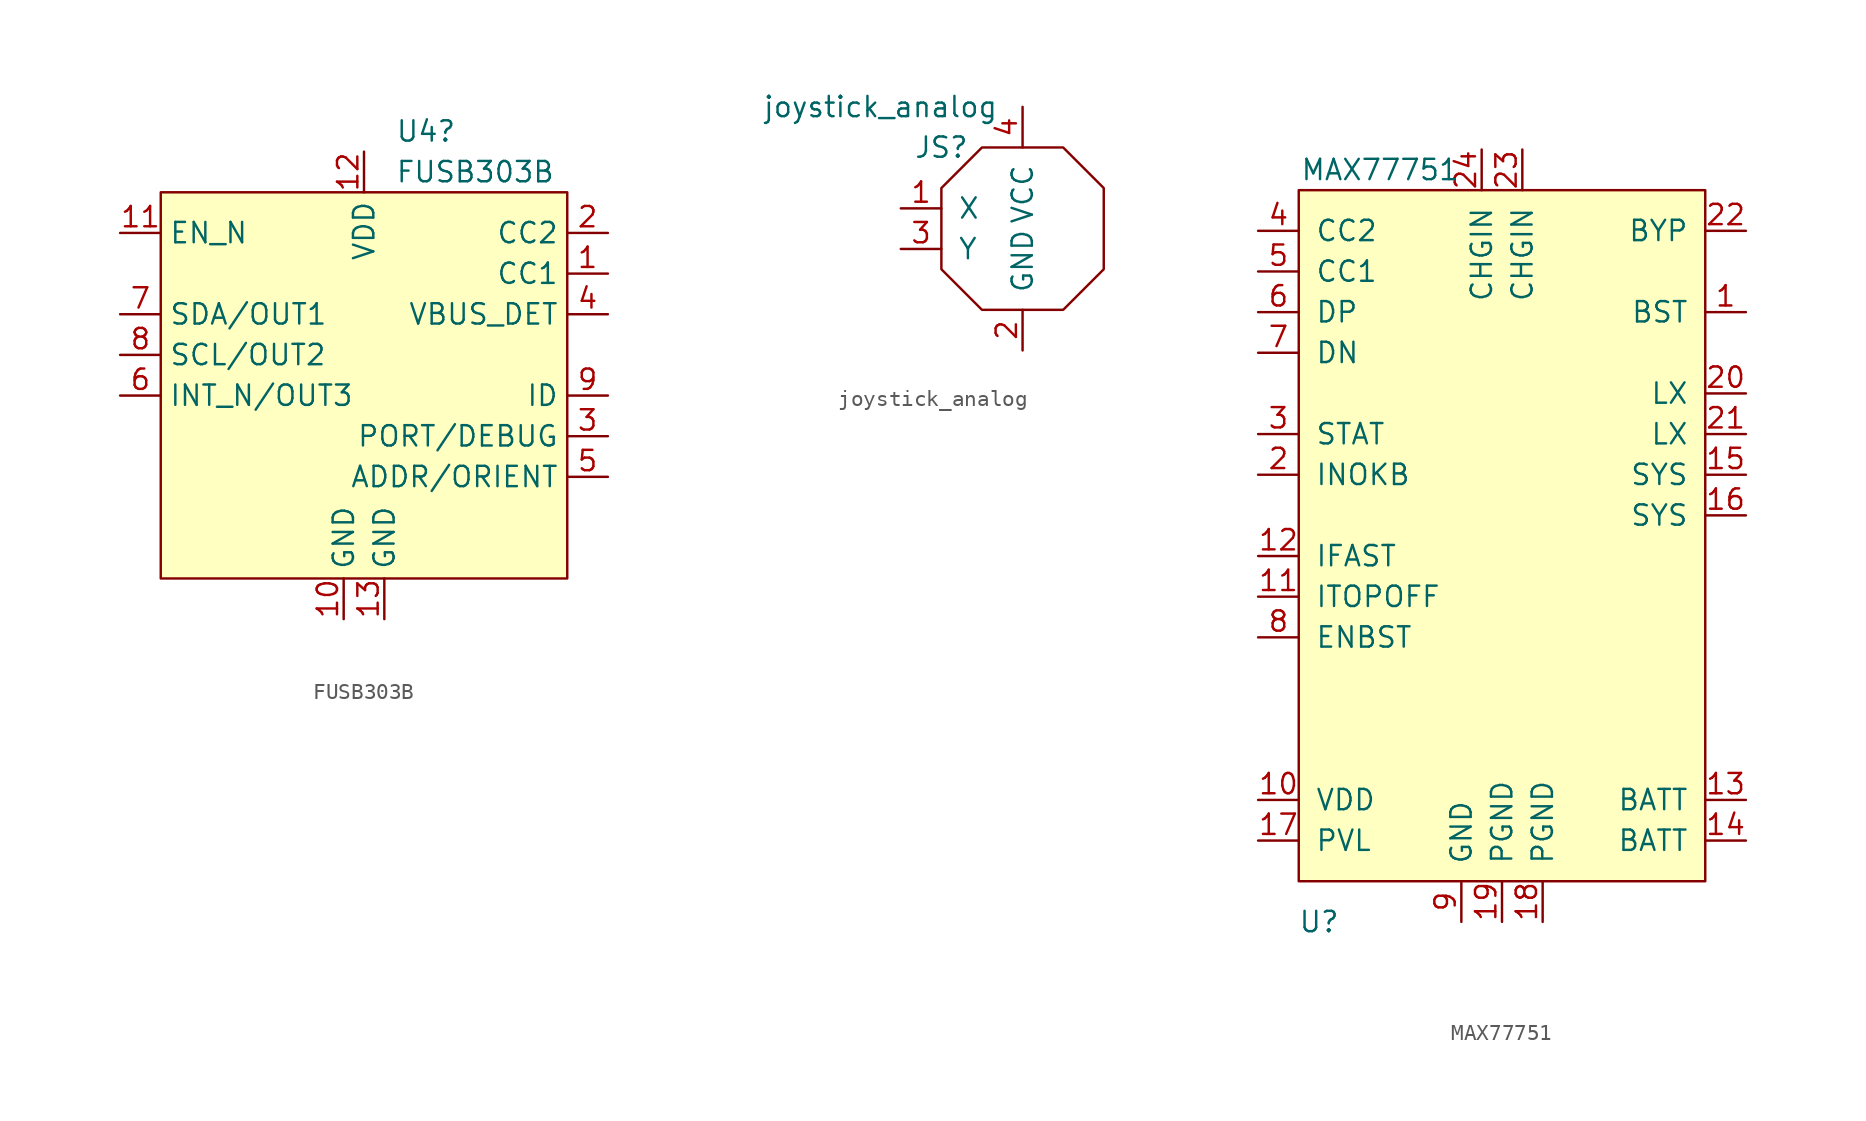
<source format=kicad_sym>
(kicad_symbol_lib
  (version 20231120)
  (generator "kicad_symbol_editor")
  (generator_version "8.0")
  (symbol "FUSB303B"
    (property "Reference" "U4"
      (at 12.116 10.16 0)
      (effects (font (size 1.27 1.27)) (justify left)))
    (property "Value" "FUSB303B"
      (at 12.116 7.62 0)
      (effects (font (size 1.27 1.27)) (justify left)))
    (symbol "FUSB303B_0_0"
      (pin bidirectional line (at 25.4 1.27 180) (length 2.54) (name "CC1" (effects (font (size 1.27 1.27)))) (number "1" (effects (font (size 1.27 1.27)))))
      (pin power_in line (at 8.89 -20.32 90) (length 2.54) (name "GND" (effects (font (size 1.27 1.27)))) (number "10" (effects (font (size 1.27 1.27)))))
      (pin input line (at -5.08 3.81 0) (length 2.54) (name "EN_N" (effects (font (size 1.27 1.27)))) (number "11" (effects (font (size 1.27 1.27)))))
      (pin power_in line (at 10.16 8.89 270) (length 2.54) (name "VDD" (effects (font (size 1.27 1.27)))) (number "12" (effects (font (size 1.27 1.27)))))
      (pin power_in line (at 11.43 -20.32 90) (length 2.54) (name "GND" (effects (font (size 1.27 1.27)))) (number "13" (effects (font (size 1.27 1.27)))))
      (pin bidirectional line (at 25.4 3.81 180) (length 2.54) (name "CC2" (effects (font (size 1.27 1.27)))) (number "2" (effects (font (size 1.27 1.27)))))
      (pin bidirectional line (at 25.4 -8.89 180) (length 2.54) (name "PORT/DEBUG" (effects (font (size 1.27 1.27)))) (number "3" (effects (font (size 1.27 1.27)))))
      (pin input line (at 25.4 -1.27 180) (length 2.54) (name "VBUS_DET" (effects (font (size 1.27 1.27)))) (number "4" (effects (font (size 1.27 1.27)))))
      (pin bidirectional line (at 25.4 -11.43 180) (length 2.54) (name "ADDR/ORIENT" (effects (font (size 1.27 1.27)))) (number "5" (effects (font (size 1.27 1.27)))))
      (pin input line (at -5.08 -6.35 0) (length 2.54) (name "INT_N/OUT3" (effects (font (size 1.27 1.27)))) (number "6" (effects (font (size 1.27 1.27)))))
      (pin bidirectional line (at -5.08 -1.27 0) (length 2.54) (name "SDA/OUT1" (effects (font (size 1.27 1.27)))) (number "7" (effects (font (size 1.27 1.27)))))
      (pin bidirectional line (at -5.08 -3.81 0) (length 2.54) (name "SCL/OUT2" (effects (font (size 1.27 1.27)))) (number "8" (effects (font (size 1.27 1.27)))))
      (pin output line (at 25.4 -6.35 180) (length 2.54) (name "ID" (effects (font (size 1.27 1.27)))) (number "9" (effects (font (size 1.27 1.27))))))
    (symbol "FUSB303B_0_1"
      (rectangle (start -2.54 6.35) (end 22.86 -17.78) (stroke (width 0) (type default)) (fill (type background)))))
  (symbol "joystick_analog"
    (pin_names
      (offset 1.016))
    (property "Reference" "JS"
      (at -5.08 5.08 0)
      (effects (font (size 1.27 1.27))))
    (property "Value" "joystick_analog"
      (at -8.89 7.62 0)
      (effects (font (size 1.27 1.27))))
    (symbol "joystick_analog_0_1"
      (polyline (pts (xy -5.08 2.54) (xy -5.08 -2.54) (xy -2.54 -5.08) (xy 1.27 -5.08) (xy 2.54 -5.08) (xy 5.08 -2.54) (xy 5.08 2.54) (xy 2.54 5.08) (xy -2.54 5.08) (xy -5.08 2.54)) (stroke (width 0) (type default)) (fill (type none))))
    (symbol "joystick_analog_1_1"
      (pin output line (at -7.62 1.27 0) (length 2.54) (name "X" (effects (font (size 1.27 1.27)))) (number "1" (effects (font (size 1.27 1.27)))))
      (pin power_in line (at 0 -7.62 90) (length 2.54) (name "GND" (effects (font (size 1.27 1.27)))) (number "2" (effects (font (size 1.27 1.27)))))
      (pin output line (at -7.62 -1.27 0) (length 2.54) (name "Y" (effects (font (size 1.27 1.27)))) (number "3" (effects (font (size 1.27 1.27)))))
      (pin power_in line (at 0 7.62 270) (length 2.54) (name "VCC" (effects (font (size 1.27 1.27)))) (number "4" (effects (font (size 1.27 1.27)))))))
  (symbol "MAX77751"
    (pin_names
      (offset 1.016))
    (property "Reference" "U"
      (at -11.43 -27.94 0)
      (effects (font (size 1.27 1.27))))
    (property "Value" "MAX77751"
      (at -7.62 19.05 0)
      (effects (font (size 1.27 1.27))))
    (symbol "MAX77751_0_1"
      (rectangle (start -12.7 17.78) (end 12.7 -25.4) (stroke (width 0) (type default)) (fill (type background))))
    (symbol "MAX77751_1_1"
      (pin power_out line (at 15.24 10.16 180) (length 2.54) (name "BST" (effects (font (size 1.27 1.27)))) (number "1" (effects (font (size 1.27 1.27)))))
      (pin power_out line (at -15.24 -20.32 0) (length 2.54) (name "VDD" (effects (font (size 1.27 1.27)))) (number "10" (effects (font (size 1.27 1.27)))))
      (pin input line (at -15.24 -7.62 0) (length 2.54) (name "ITOPOFF" (effects (font (size 1.27 1.27)))) (number "11" (effects (font (size 1.27 1.27)))))
      (pin input line (at -15.24 -5.08 0) (length 2.54) (name "IFAST" (effects (font (size 1.27 1.27)))) (number "12" (effects (font (size 1.27 1.27)))))
      (pin power_out line (at 15.24 -20.32 180) (length 2.54) (name "BATT" (effects (font (size 1.27 1.27)))) (number "13" (effects (font (size 1.27 1.27)))))
      (pin power_out line (at 15.24 -22.86 180) (length 2.54) (name "BATT" (effects (font (size 1.27 1.27)))) (number "14" (effects (font (size 1.27 1.27)))))
      (pin power_out line (at 15.24 0 180) (length 2.54) (name "SYS" (effects (font (size 1.27 1.27)))) (number "15" (effects (font (size 1.27 1.27)))))
      (pin power_out line (at 15.24 -2.54 180) (length 2.54) (name "SYS" (effects (font (size 1.27 1.27)))) (number "16" (effects (font (size 1.27 1.27)))))
      (pin power_out line (at -15.24 -22.86 0) (length 2.54) (name "PVL" (effects (font (size 1.27 1.27)))) (number "17" (effects (font (size 1.27 1.27)))))
      (pin power_in line (at 2.54 -27.94 90) (length 2.54) (name "PGND" (effects (font (size 1.27 1.27)))) (number "18" (effects (font (size 1.27 1.27)))))
      (pin power_in line (at 0 -27.94 90) (length 2.54) (name "PGND" (effects (font (size 1.27 1.27)))) (number "19" (effects (font (size 1.27 1.27)))))
      (pin open_collector line (at -15.24 0 0) (length 2.54) (name "INOKB" (effects (font (size 1.27 1.27)))) (number "2" (effects (font (size 1.27 1.27)))))
      (pin power_out line (at 15.24 5.08 180) (length 2.54) (name "LX" (effects (font (size 1.27 1.27)))) (number "20" (effects (font (size 1.27 1.27)))))
      (pin power_out line (at 15.24 2.54 180) (length 2.54) (name "LX" (effects (font (size 1.27 1.27)))) (number "21" (effects (font (size 1.27 1.27)))))
      (pin power_in line (at 15.24 15.24 180) (length 2.54) (name "BYP" (effects (font (size 1.27 1.27)))) (number "22" (effects (font (size 1.27 1.27)))))
      (pin power_in line (at 1.27 20.32 270) (length 2.54) (name "CHGIN" (effects (font (size 1.27 1.27)))) (number "23" (effects (font (size 1.27 1.27)))))
      (pin power_in line (at -1.27 20.32 270) (length 2.54) (name "CHGIN" (effects (font (size 1.27 1.27)))) (number "24" (effects (font (size 1.27 1.27)))))
      (pin open_collector line (at -15.24 2.54 0) (length 2.54) (name "STAT" (effects (font (size 1.27 1.27)))) (number "3" (effects (font (size 1.27 1.27)))))
      (pin input line (at -15.24 15.24 0) (length 2.54) (name "CC2" (effects (font (size 1.27 1.27)))) (number "4" (effects (font (size 1.27 1.27)))))
      (pin input line (at -15.24 12.7 0) (length 2.54) (name "CC1" (effects (font (size 1.27 1.27)))) (number "5" (effects (font (size 1.27 1.27)))))
      (pin bidirectional line (at -15.24 10.16 0) (length 2.54) (name "DP" (effects (font (size 1.27 1.27)))) (number "6" (effects (font (size 1.27 1.27)))))
      (pin bidirectional line (at -15.24 7.62 0) (length 2.54) (name "DN" (effects (font (size 1.27 1.27)))) (number "7" (effects (font (size 1.27 1.27)))))
      (pin input line (at -15.24 -10.16 0) (length 2.54) (name "ENBST" (effects (font (size 1.27 1.27)))) (number "8" (effects (font (size 1.27 1.27)))))
      (pin power_in line (at -2.54 -27.94 90) (length 2.54) (name "GND" (effects (font (size 1.27 1.27)))) (number "9" (effects (font (size 1.27 1.27))))))))
</source>
